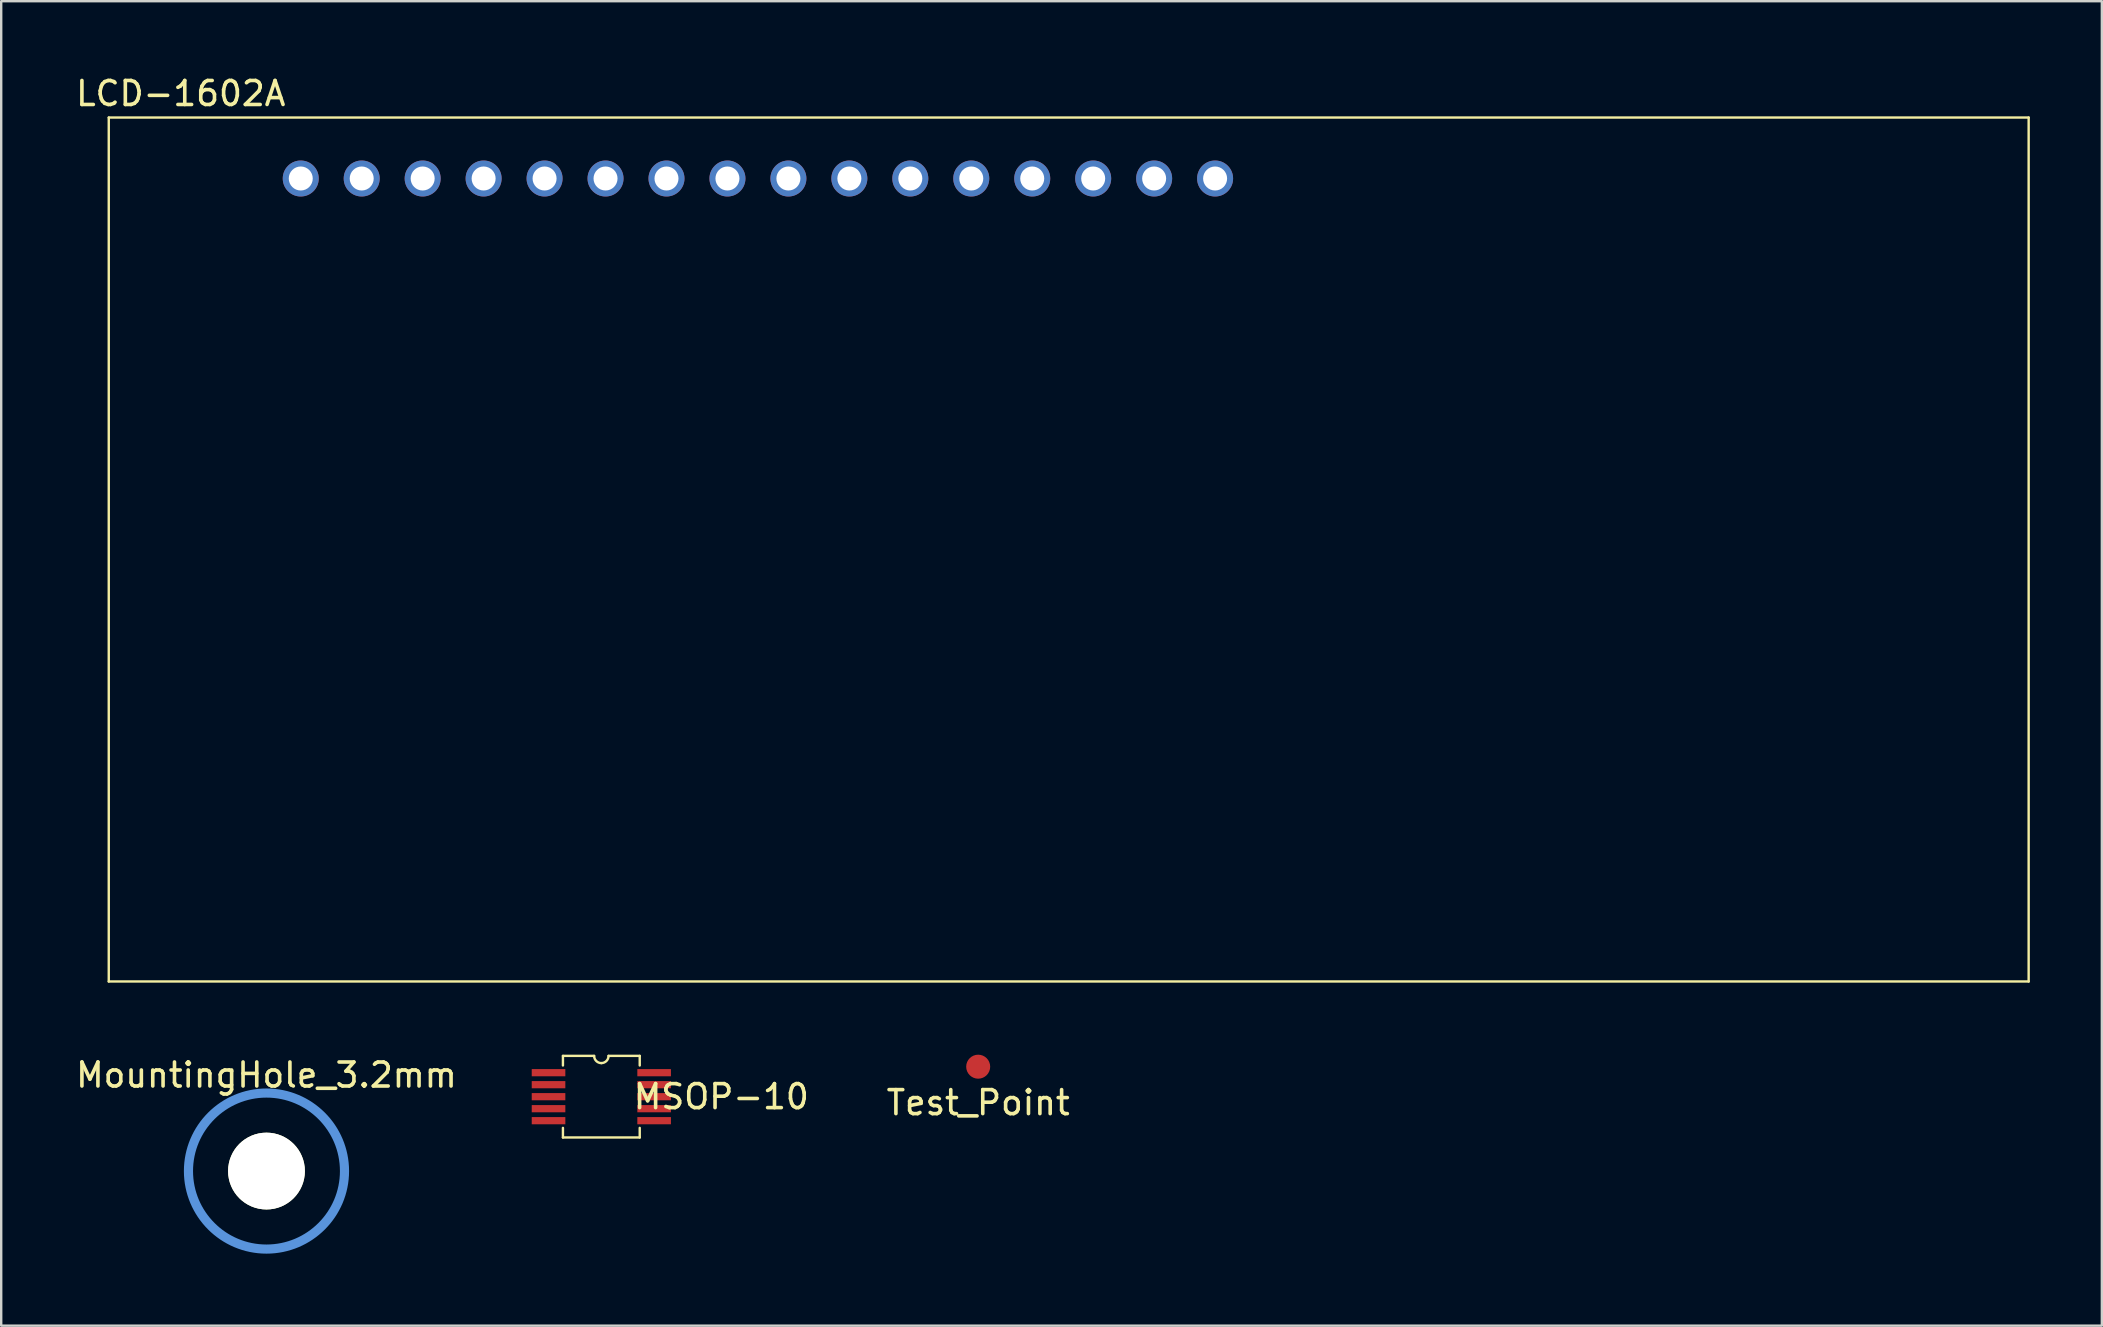
<source format=kicad_pcb>
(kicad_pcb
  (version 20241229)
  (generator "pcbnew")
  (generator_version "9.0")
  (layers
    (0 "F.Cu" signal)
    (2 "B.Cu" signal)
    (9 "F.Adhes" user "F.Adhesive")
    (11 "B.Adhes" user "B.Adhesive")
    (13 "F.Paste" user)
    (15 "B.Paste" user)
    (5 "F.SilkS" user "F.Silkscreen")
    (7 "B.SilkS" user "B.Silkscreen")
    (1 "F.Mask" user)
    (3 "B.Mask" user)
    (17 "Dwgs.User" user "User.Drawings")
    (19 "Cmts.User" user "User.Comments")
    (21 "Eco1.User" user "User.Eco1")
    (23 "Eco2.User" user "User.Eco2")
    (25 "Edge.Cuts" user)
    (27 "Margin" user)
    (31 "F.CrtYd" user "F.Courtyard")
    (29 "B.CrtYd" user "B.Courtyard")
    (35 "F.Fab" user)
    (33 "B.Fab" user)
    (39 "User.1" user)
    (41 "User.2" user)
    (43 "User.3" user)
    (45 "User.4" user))
  (footprint "MountingHole_3.2mm"
    (layer "F.Cu")
    (at 8.054 45.747)
    (property "Reference" "MountingHole_3.2mm" (at 0 -4 0) (layer "F.SilkS") (effects (font (size 1 1) (thickness 0.15))))
    (attr through_hole)
    (fp_circle (center 0 0) (end 3.251 0) (stroke (width 0.381) (type solid)) (fill no) (layer "Cmts.User"))
    (pad "" np_thru_hole circle (at 0 0) (size 3.2 3.2) (drill 3.2) (layers "*.Cu" "*.Mask" "F.SilkS")))
  (footprint "MSOP-10"
    (layer "F.Cu")
    (at 22.007 42.648)
    (property "Reference" "MSOP-10" (at 5 0 0) (layer "F.SilkS") (effects (font (size 1 1) (thickness 0.15))))
    (attr through_hole)
    (fp_line (start -1.6 -1.7) (end -0.3 -1.7) (stroke (width 0.1) (type solid)) (layer "F.SilkS"))
    (fp_line (start -1.6 -1.3) (end -1.6 -1.7) (stroke (width 0.1) (type solid)) (layer "F.SilkS"))
    (fp_line (start -1.6 1.3) (end -1.6 1.7) (stroke (width 0.1) (type solid)) (layer "F.SilkS"))
    (fp_line (start -1.6 1.7) (end 1.6 1.7) (stroke (width 0.1) (type solid)) (layer "F.SilkS"))
    (fp_line (start 0.3 -1.7) (end 1.6 -1.7) (stroke (width 0.1) (type solid)) (layer "F.SilkS"))
    (fp_line (start 1.6 -1.7) (end 1.6 -1.3) (stroke (width 0.1) (type solid)) (layer "F.SilkS"))
    (fp_line (start 1.6 1.7) (end 1.6 1.3) (stroke (width 0.1) (type solid)) (layer "F.SilkS"))
    (fp_arc (start 0 -1.4) (mid -0.212132 -1.487868) (end -0.3 -1.7) (stroke (width 0.1) (type solid)) (layer "F.SilkS"))
    (fp_arc (start 0.3 -1.7) (mid 0.212132 -1.487868) (end 0 -1.4) (stroke (width 0.1) (type solid)) (layer "F.SilkS"))
    (pad "1" smd rect (at -2.2 -1) (size 1.4 0.3) (layers "F.Cu" "F.Mask" "F.Paste"))
    (pad "2" smd rect (at -2.2 -0.5) (size 1.4 0.3) (layers "F.Cu" "F.Mask" "F.Paste"))
    (pad "3" smd rect (at -2.2 0) (size 1.4 0.3) (layers "F.Cu" "F.Mask" "F.Paste"))
    (pad "4" smd rect (at -2.2 0.5) (size 1.4 0.3) (layers "F.Cu" "F.Mask" "F.Paste"))
    (pad "5" smd rect (at -2.2 1) (size 1.4 0.3) (layers "F.Cu" "F.Mask" "F.Paste"))
    (pad "6" smd rect (at 2.2 1) (size 1.4 0.3) (layers "F.Cu" "F.Mask" "F.Paste"))
    (pad "7" smd rect (at 2.2 0.5) (size 1.4 0.3) (layers "F.Cu" "F.Mask" "F.Paste"))
    (pad "8" smd rect (at 2.2 0) (size 1.4 0.3) (layers "F.Cu" "F.Mask" "F.Paste"))
    (pad "9" smd rect (at 2.2 -0.5) (size 1.4 0.3) (layers "F.Cu" "F.Mask" "F.Paste"))
    (pad "10" smd rect (at 2.2 -1) (size 1.4 0.3) (layers "F.Cu" "F.Mask" "F.Paste")))
  (footprint "Test_Point"
    (layer "F.Cu")
    (at 37.71 41.398)
    (property "Reference" "Test_Point" (at 0 1.5 0) (layer "F.SilkS") (effects (font (size 1 1) (thickness 0.15))))
    (attr through_hole)
    (pad "1" smd circle (at 0 0) (size 1 1) (layers "F.Cu" "F.Mask" "F.Paste")))
  (footprint "LCD-1602A"
    (layer "F.Cu")
    (at 1.482 1.848)
    (property "Reference" "LCD-1602A" (at 3 -1 0) (layer "F.SilkS") (effects (font (size 1 1) (thickness 0.15))))
    (attr through_hole)
    (fp_line (start 0 0) (end 0 36) (stroke (width 0.1) (type solid)) (layer "F.SilkS"))
    (fp_line (start 0 36) (end 80 36) (stroke (width 0.1) (type solid)) (layer "F.SilkS"))
    (fp_line (start 80 0) (end 0 0) (stroke (width 0.1) (type solid)) (layer "F.SilkS"))
    (fp_line (start 80 36) (end 80 0) (stroke (width 0.1) (type solid)) (layer "F.SilkS"))
    (pad "1" thru_hole circle (at 8 2.54) (size 1.5 1.5) (drill 1) (layers "*.Cu" "*.Mask"))
    (pad "2" thru_hole circle (at 10.54 2.54) (size 1.5 1.5) (drill 1) (layers "*.Cu" "*.Mask"))
    (pad "3" thru_hole circle (at 13.08 2.54) (size 1.5 1.5) (drill 1) (layers "*.Cu" "*.Mask"))
    (pad "4" thru_hole circle (at 15.62 2.54) (size 1.5 1.5) (drill 1) (layers "*.Cu" "*.Mask"))
    (pad "5" thru_hole circle (at 18.16 2.54) (size 1.5 1.5) (drill 1) (layers "*.Cu" "*.Mask"))
    (pad "6" thru_hole circle (at 20.7 2.54) (size 1.5 1.5) (drill 1) (layers "*.Cu" "*.Mask"))
    (pad "7" thru_hole circle (at 23.24 2.54) (size 1.5 1.5) (drill 1) (layers "*.Cu" "*.Mask"))
    (pad "8" thru_hole circle (at 25.78 2.54) (size 1.5 1.5) (drill 1) (layers "*.Cu" "*.Mask"))
    (pad "9" thru_hole circle (at 28.32 2.54) (size 1.5 1.5) (drill 1) (layers "*.Cu" "*.Mask"))
    (pad "10" thru_hole circle (at 30.86 2.54) (size 1.5 1.5) (drill 1) (layers "*.Cu" "*.Mask"))
    (pad "11" thru_hole circle (at 33.4 2.54) (size 1.5 1.5) (drill 1) (layers "*.Cu" "*.Mask"))
    (pad "12" thru_hole circle (at 35.94 2.54) (size 1.5 1.5) (drill 1) (layers "*.Cu" "*.Mask"))
    (pad "13" thru_hole circle (at 38.48 2.54) (size 1.5 1.5) (drill 1) (layers "*.Cu" "*.Mask"))
    (pad "14" thru_hole circle (at 41.02 2.54) (size 1.5 1.5) (drill 1) (layers "*.Cu" "*.Mask"))
    (pad "15" thru_hole circle (at 43.56 2.54) (size 1.5 1.5) (drill 1) (layers "*.Cu" "*.Mask"))
    (pad "16" thru_hole circle (at 46.1 2.54) (size 1.5 1.5) (drill 1) (layers "*.Cu" "*.Mask")))
  (gr_rect
    (start -3 -3)
    (end 84.532 52.189)
    (stroke (width 0.1) (type default))
    (fill no)
    (layer "Edge.Cuts")))
</source>
